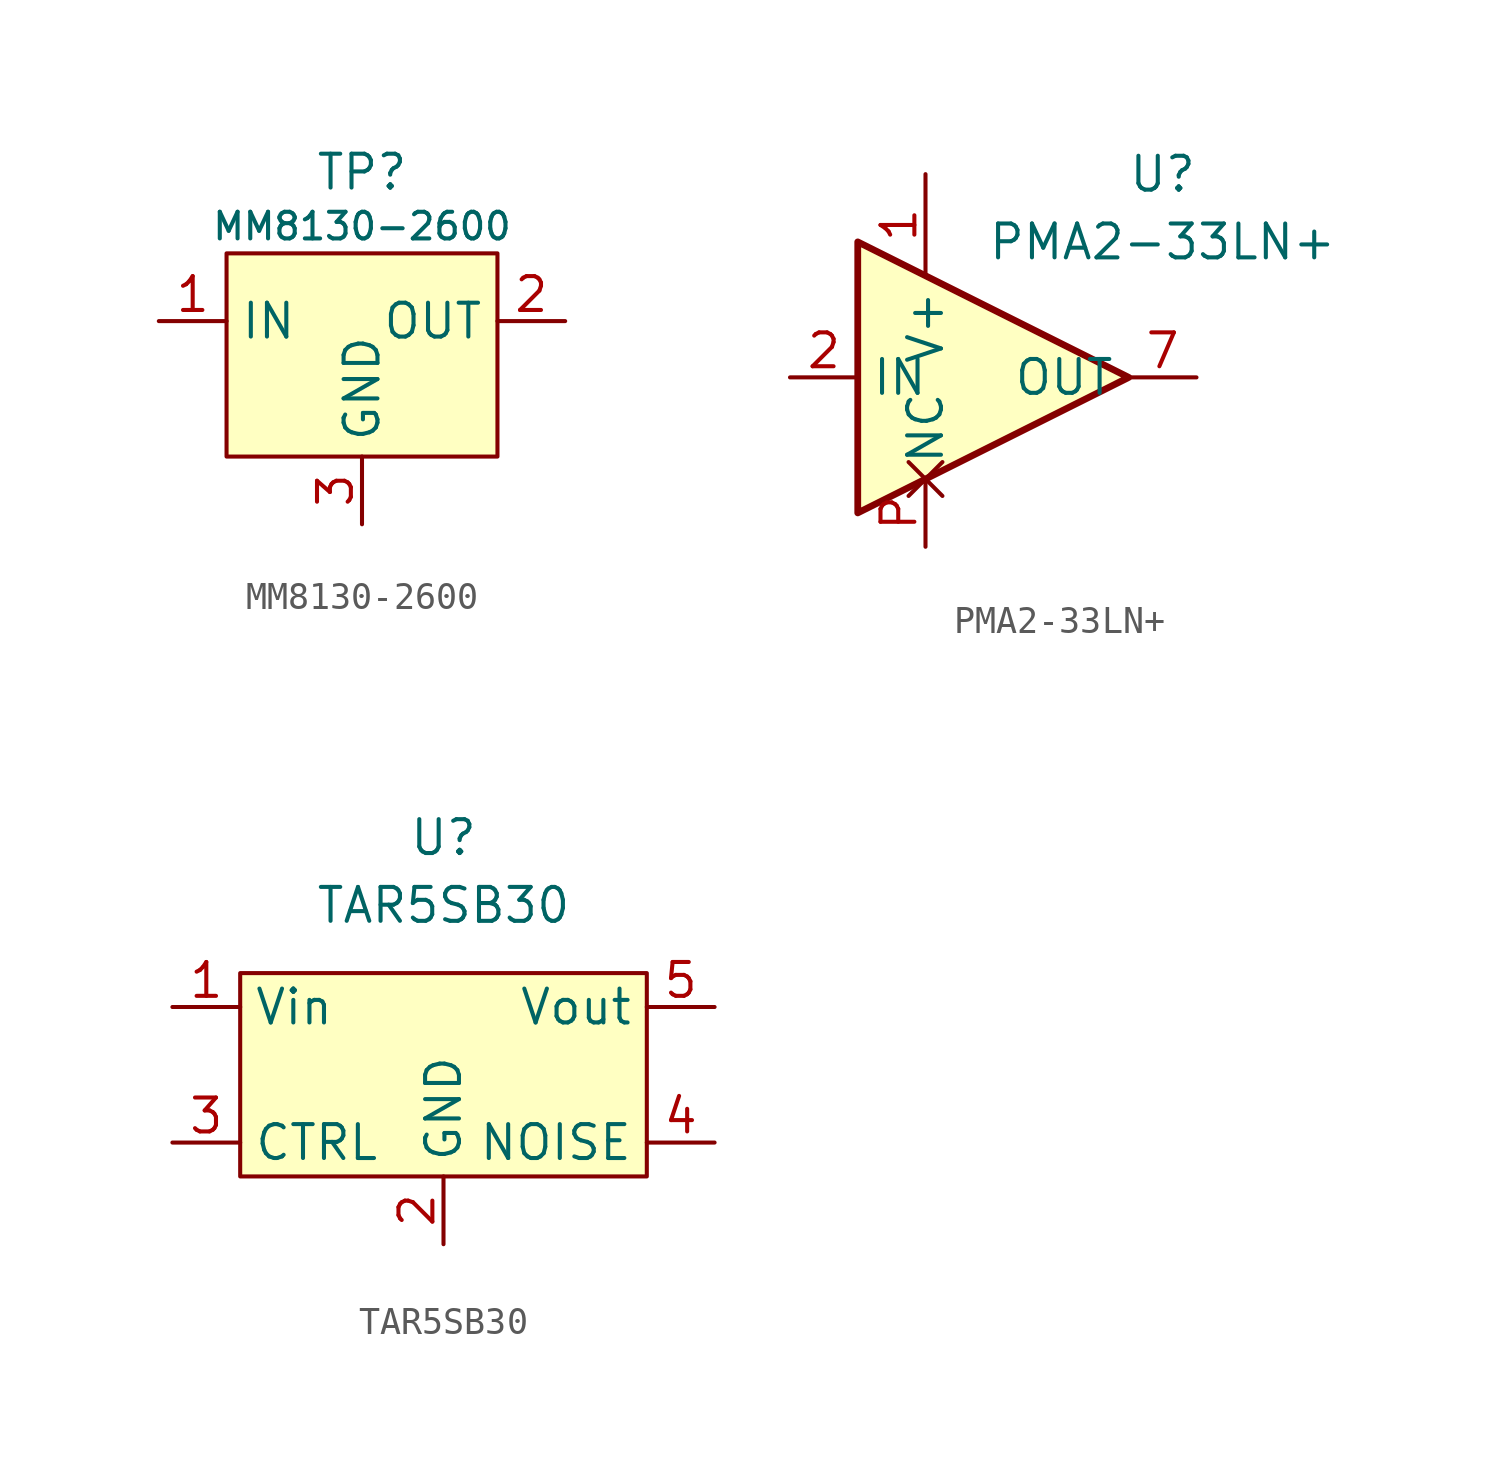
<source format=kicad_sym>
(kicad_symbol_lib
  (version 20211014)
  (generator kicad_symbol_editor)
  (symbol "MM8130-2600"
    (property "Reference" "TP"
      (at 0 5.588 0)
      (effects (font (size 1.27 1.27))))
    (property "Value" "MM8130-2600"
      (at 0 3.556 0)
      (effects (font (size 1 1))))
    (symbol "MM8130-2600_0_1"
      (rectangle (start -5.08 2.54) (end 5.08 -5.08) (stroke (width 0) (type default) (color 0 0 0 0)) (fill (type background))))
    (symbol "MM8130-2600_1_1"
      (pin bidirectional line (at -7.62 0 0) (length 2.54) (name "IN" (effects (font (size 1.27 1.27)))) (number "1" (effects (font (size 1.27 1.27)))))
      (pin bidirectional line (at 7.62 0 180) (length 2.54) (name "OUT" (effects (font (size 1.27 1.27)))) (number "2" (effects (font (size 1.27 1.27)))))
      (pin power_in line (at 0 -7.62 90) (length 2.54) (name "GND" (effects (font (size 1.27 1.27)))) (number "3" (effects (font (size 1.27 1.27)))))))
  (symbol "PMA2-33LN+"
    (property "Reference" "U"
      (at 8.89 7.62 0)
      (effects (font (size 1.27 1.27))))
    (property "Value" "PMA2-33LN+"
      (at 8.89 5.08 0)
      (effects (font (size 1.27 1.27))))
    (symbol "PMA2-33LN+_0_1"
      (polyline (pts (xy 7.62 0) (xy -2.54 5.08) (xy -2.54 -5.08) (xy 7.62 0)) (stroke (width 0.254) (type default) (color 0 0 0 0)) (fill (type background))))
    (symbol "PMA2-33LN+_1_1"
      (pin power_in line (at 0 7.62 270) (length 3.81) (name "V+" (effects (font (size 1.27 1.27)))) (number "1" (effects (font (size 1.27 1.27)))))
      (pin input line (at -5.08 0 0) (length 2.54) (name "IN" (effects (font (size 1.27 1.27)))) (number "2" (effects (font (size 1.27 1.27)))))
      (pin power_in non_logic (at 0 -6.35 90) (length 2.54) hide (name "NC" (effects (font (size 1.27 1.27)))) (number "3" (effects (font (size 1.27 1.27)))))
      (pin power_in non_logic (at 0 -6.35 90) (length 2.54) hide (name "NC" (effects (font (size 1.27 1.27)))) (number "4" (effects (font (size 1.27 1.27)))))
      (pin power_in non_logic (at 0 -6.35 90) (length 2.54) hide (name "NC" (effects (font (size 1.27 1.27)))) (number "5" (effects (font (size 1.27 1.27)))))
      (pin power_in non_logic (at 0 -6.35 90) (length 2.54) hide (name "NC" (effects (font (size 1.27 1.27)))) (number "6" (effects (font (size 1.27 1.27)))))
      (pin output line (at 10.16 0 180) (length 2.54) (name "OUT" (effects (font (size 1.27 1.27)))) (number "7" (effects (font (size 1.27 1.27)))))
      (pin power_in non_logic (at 0 -6.35 90) (length 2.54) hide (name "NC" (effects (font (size 1.27 1.27)))) (number "8" (effects (font (size 1.27 1.27)))))
      (pin power_in non_logic (at 0 -6.35 90) (length 2.54) (name "NC" (effects (font (size 1.27 1.27)))) (number "P" (effects (font (size 1.27 1.27)))))))
  (symbol "TAR5SB30"
    (pin_names
      (offset 0.5))
    (property "Reference" "U"
      (at 0 8.89 0)
      (effects (font (size 1.27 1.27))))
    (property "Value" "TAR5SB30"
      (at 0 6.35 0)
      (effects (font (size 1.27 1.27))))
    (symbol "TAR5SB30_0_1"
      (rectangle (start -7.62 3.81) (end 7.62 -3.81) (stroke (width 0) (type default) (color 0 0 0 0)) (fill (type background))))
    (symbol "TAR5SB30_1_1"
      (pin power_in line (at -10.16 2.54 0) (length 2.54) (name "Vin" (effects (font (size 1.27 1.27)))) (number "1" (effects (font (size 1.27 1.27)))))
      (pin power_in line (at 0 -6.35 90) (length 2.54) (name "GND" (effects (font (size 1.27 1.27)))) (number "2" (effects (font (size 1.27 1.27)))))
      (pin input line (at -10.16 -2.54 0) (length 2.54) (name "CTRL" (effects (font (size 1.27 1.27)))) (number "3" (effects (font (size 1.27 1.27)))))
      (pin bidirectional line (at 10.16 -2.54 180) (length 2.54) (name "NOISE" (effects (font (size 1.27 1.27)))) (number "4" (effects (font (size 1.27 1.27)))))
      (pin power_out line (at 10.16 2.54 180) (length 2.54) (name "Vout" (effects (font (size 1.27 1.27)))) (number "5" (effects (font (size 1.27 1.27))))))))
</source>
